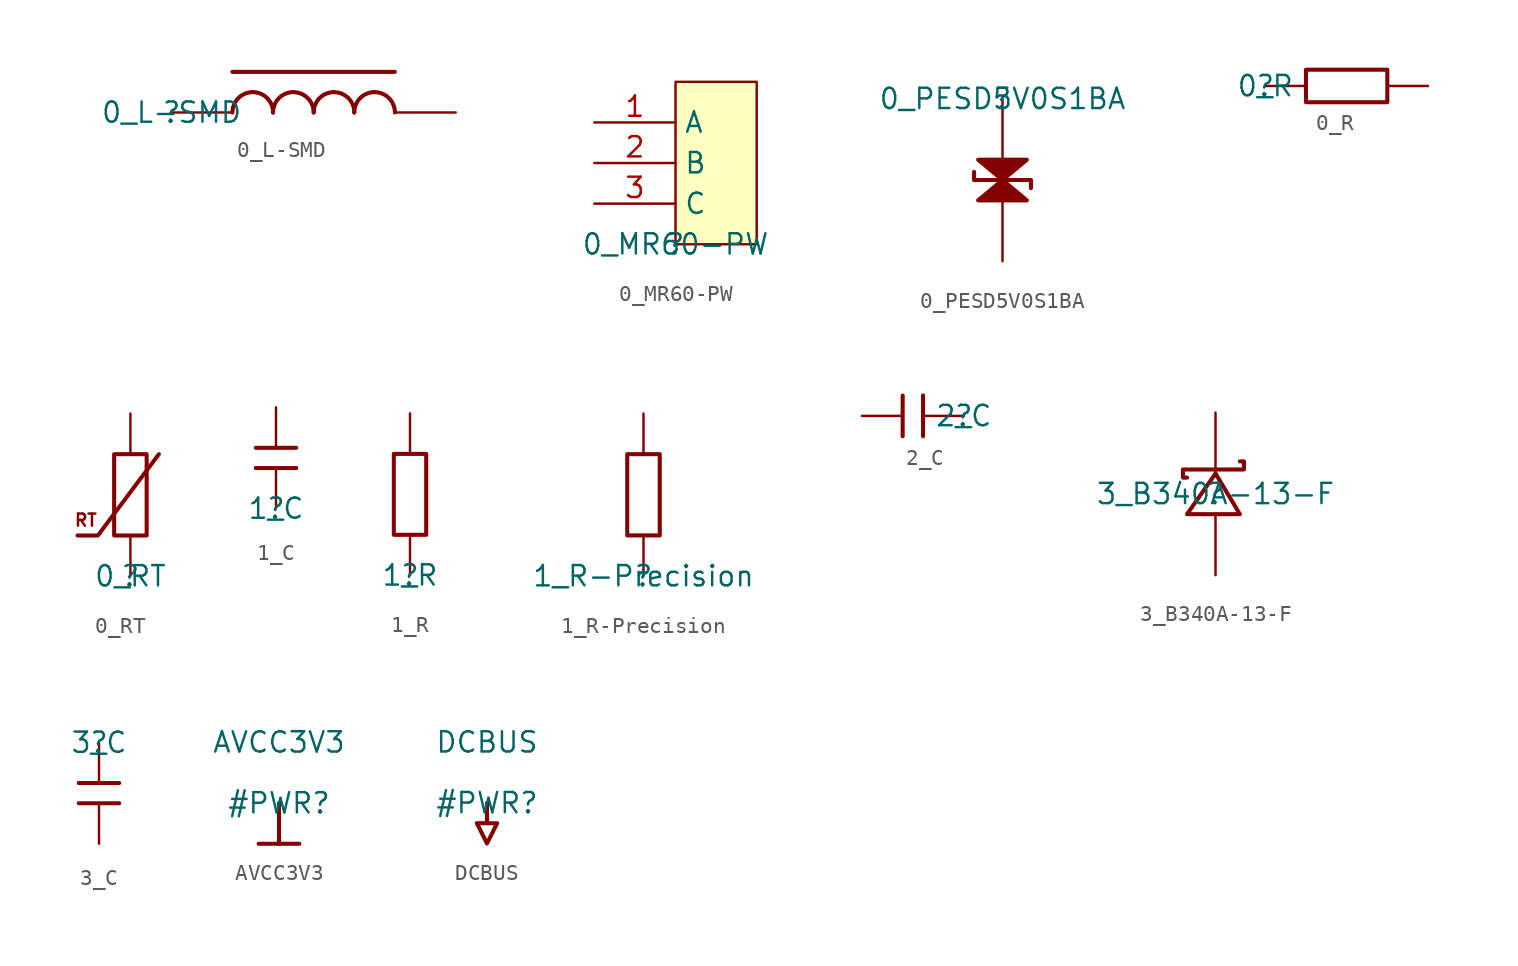
<source format=kicad_sym>
(kicad_symbol_lib
  (version 20211014)
  (generator kicad_symbol_editor)
  (symbol "0_L-SMD"
    (property "Reference" ""
      (at 0 0 0)
      (effects (font (size 1.27 1.27))))
    (property "Value" "0_L-SMD"
      (at 0 0 0)
      (effects (font (size 1.27 1.27))))
    (symbol "0_L-SMD_1_0"
      (polyline (pts (xy 3.81 2.54) (xy 13.97 2.54)) (stroke (width 0.254) (type default) (color 0 0 0 0)) (fill (type none)))
      (arc (start 5.08 1.27) (mid 4.182 0.898) (end 3.81 0) (stroke (width 0.254) (type default) (color 0 0 0 0)) (fill (type none)))
      (arc (start 6.35 0) (mid 5.978 0.898) (end 5.08 1.27) (stroke (width 0.254) (type default) (color 0 0 0 0)) (fill (type none)))
      (arc (start 7.62 1.27) (mid 6.722 0.898) (end 6.35 0) (stroke (width 0.254) (type default) (color 0 0 0 0)) (fill (type none)))
      (arc (start 8.89 0) (mid 8.518 0.898) (end 7.62 1.27) (stroke (width 0.254) (type default) (color 0 0 0 0)) (fill (type none)))
      (arc (start 10.16 1.27) (mid 9.262 0.898) (end 8.89 0) (stroke (width 0.254) (type default) (color 0 0 0 0)) (fill (type none)))
      (arc (start 11.43 0) (mid 11.058 0.898) (end 10.16 1.27) (stroke (width 0.254) (type default) (color 0 0 0 0)) (fill (type none)))
      (arc (start 12.7 1.27) (mid 11.802 0.898) (end 11.43 0) (stroke (width 0.254) (type default) (color 0 0 0 0)) (fill (type none)))
      (arc (start 13.97 0) (mid 13.598 0.898) (end 12.7 1.27) (stroke (width 0.254) (type default) (color 0 0 0 0)) (fill (type none)))
      (pin passive line (at 0 0 0) (length 3.81) (name "1" (effects (font (size 0 0)))) (number "1" (effects (font (size 0 0)))))
      (pin passive line (at 17.78 0 180) (length 3.81) (name "2" (effects (font (size 0 0)))) (number "2" (effects (font (size 0 0)))))))
  (symbol "0_MR60-PW"
    (property "Reference" ""
      (at 0 0 0)
      (effects (font (size 1.27 1.27))))
    (property "Value" "0_MR60-PW"
      (at 0 0 0)
      (effects (font (size 1.27 1.27))))
    (symbol "0_MR60-PW_1_0"
      (rectangle (start 5.08 10.16) (end 0 0) (stroke (width 0) (type default) (color 0 0 0 0)) (fill (type background)))
      (pin passive line (at -5.08 7.62 0) (length 5.08) (name "A" (effects (font (size 1.27 1.27)))) (number "1" (effects (font (size 1.27 1.27)))))
      (pin passive line (at -5.08 5.08 0) (length 5.08) (name "B" (effects (font (size 1.27 1.27)))) (number "2" (effects (font (size 1.27 1.27)))))
      (pin passive line (at -5.08 2.54 0) (length 5.08) (name "C" (effects (font (size 1.27 1.27)))) (number "3" (effects (font (size 1.27 1.27)))))))
  (symbol "0_PESD5V0S1BA"
    (property "Reference" ""
      (at 0 0 0)
      (effects (font (size 1.27 1.27))))
    (property "Value" "0_PESD5V0S1BA"
      (at 0 0 0)
      (effects (font (size 1.27 1.27))))
    (symbol "0_PESD5V0S1BA_1_0"
      (polyline (pts (xy -1.778 -4.572) (xy -1.778 -5.08) (xy 1.778 -5.08) (xy 1.778 -5.588)) (stroke (width 0.254) (type default) (color 0 0 0 0)) (fill (type none)))
      (polyline (pts (xy -1.524 -3.81) (xy 0 -5.08) (xy 1.524 -3.81) (xy -1.524 -3.81)) (stroke (width 0.254) (type default) (color 0 0 0 0)) (fill (type outline)))
      (polyline (pts (xy 1.524 -6.35) (xy 0 -5.08) (xy -1.524 -6.35) (xy 1.524 -6.35)) (stroke (width 0.254) (type default) (color 0 0 0 0)) (fill (type outline)))
      (pin passive line (at 0 0 270) (length 3.81) (name "A" (effects (font (size 0 0)))) (number "1" (effects (font (size 0 0)))))
      (pin passive line (at 0 -10.16 90) (length 3.81) (name "K" (effects (font (size 0 0)))) (number "2" (effects (font (size 0 0)))))))
  (symbol "0_R"
    (property "Reference" ""
      (at 0 0 0)
      (effects (font (size 1.27 1.27))))
    (property "Value" "0_R"
      (at 0 0 0)
      (effects (font (size 1.27 1.27))))
    (symbol "0_R_1_0"
      (polyline (pts (xy 7.62 -1.016) (xy 7.62 1.016) (xy 2.54 1.016) (xy 2.54 -1.016) (xy 7.62 -1.016)) (stroke (width 0.254) (type default) (color 0 0 0 0)) (fill (type none)))
      (pin passive line (at 0 0 0) (length 2.54) (name "1" (effects (font (size 0 0)))) (number "1" (effects (font (size 0 0)))))
      (pin passive line (at 10.16 0 180) (length 2.54) (name "2" (effects (font (size 0 0)))) (number "2" (effects (font (size 0 0)))))))
  (symbol "0_RT"
    (property "Reference" ""
      (at 0 0 0)
      (effects (font (size 1.27 1.27))))
    (property "Value" "0_RT"
      (at 0 0 0)
      (effects (font (size 1.27 1.27))))
    (symbol "0_RT_1_0"
      (polyline (pts (xy -3.302 2.54) (xy -2.032 2.54) (xy 1.778 7.62)) (stroke (width 0.254) (type default) (color 0 0 0 0)) (fill (type none)))
      (polyline (pts (xy 1.016 7.62) (xy -1.016 7.62) (xy -1.016 2.54) (xy 1.016 2.54) (xy 1.016 7.62)) (stroke (width 0.254) (type default) (color 0 0 0 0)) (fill (type none)))
      (text "RT" (at -3.556 3.048 0) (effects (font (size 0.762 0.762)) (justify left bottom)))
      (pin passive line (at 0 0 90) (length 2.54) (name "1" (effects (font (size 0 0)))) (number "1" (effects (font (size 0 0)))))
      (pin passive line (at 0 10.16 270) (length 2.54) (name "2" (effects (font (size 0 0)))) (number "2" (effects (font (size 0 0)))))))
  (symbol "1_C"
    (property "Reference" ""
      (at 0 0 0)
      (effects (font (size 1.27 1.27))))
    (property "Value" "1_C"
      (at 0 0 0)
      (effects (font (size 1.27 1.27))))
    (symbol "1_C_1_0"
      (polyline (pts (xy -1.27 2.54) (xy 1.27 2.54)) (stroke (width 0.254) (type default) (color 0 0 0 0)) (fill (type none)))
      (polyline (pts (xy -1.27 3.81) (xy 1.27 3.81)) (stroke (width 0.254) (type default) (color 0 0 0 0)) (fill (type none)))
      (pin passive line (at 0 0 90) (length 2.54) (name "1" (effects (font (size 0 0)))) (number "1" (effects (font (size 0 0)))))
      (pin passive line (at 0 6.35 270) (length 2.54) (name "2" (effects (font (size 0 0)))) (number "2" (effects (font (size 0 0)))))))
  (symbol "1_R"
    (property "Reference" ""
      (at 0 0 0)
      (effects (font (size 1.27 1.27))))
    (property "Value" "1_R"
      (at 0 0 0)
      (effects (font (size 1.27 1.27))))
    (symbol "1_R_1_0"
      (polyline (pts (xy 1.016 7.62) (xy -1.016 7.62) (xy -1.016 2.54) (xy 1.016 2.54) (xy 1.016 7.62)) (stroke (width 0.254) (type default) (color 0 0 0 0)) (fill (type none)))
      (pin passive line (at 0 0 90) (length 2.54) (name "1" (effects (font (size 0 0)))) (number "1" (effects (font (size 0 0)))))
      (pin passive line (at 0 10.16 270) (length 2.54) (name "2" (effects (font (size 0 0)))) (number "2" (effects (font (size 0 0)))))))
  (symbol "1_R-Precision"
    (property "Reference" ""
      (at 0 0 0)
      (effects (font (size 1.27 1.27))))
    (property "Value" "1_R-Precision"
      (at 0 0 0)
      (effects (font (size 1.27 1.27))))
    (symbol "1_R-Precision_1_0"
      (polyline (pts (xy 1.016 7.62) (xy -1.016 7.62) (xy -1.016 2.54) (xy 1.016 2.54) (xy 1.016 7.62)) (stroke (width 0.254) (type default) (color 0 0 0 0)) (fill (type none)))
      (pin passive line (at 0 0 90) (length 2.54) (name "1" (effects (font (size 0 0)))) (number "1" (effects (font (size 0 0)))))
      (pin passive line (at 0 10.16 270) (length 2.54) (name "2" (effects (font (size 0 0)))) (number "2" (effects (font (size 0 0)))))))
  (symbol "2_C"
    (property "Reference" ""
      (at 0 0 0)
      (effects (font (size 1.27 1.27))))
    (property "Value" "2_C"
      (at 0 0 0)
      (effects (font (size 1.27 1.27))))
    (symbol "2_C_1_0"
      (polyline (pts (xy -3.81 -1.27) (xy -3.81 1.27)) (stroke (width 0.254) (type default) (color 0 0 0 0)) (fill (type none)))
      (polyline (pts (xy -2.54 -1.27) (xy -2.54 1.27)) (stroke (width 0.254) (type default) (color 0 0 0 0)) (fill (type none)))
      (pin passive line (at 0 0 180) (length 2.54) (name "1" (effects (font (size 0 0)))) (number "1" (effects (font (size 0 0)))))
      (pin passive line (at -6.35 0 0) (length 2.54) (name "2" (effects (font (size 0 0)))) (number "2" (effects (font (size 0 0)))))))
  (symbol "3_B340A-13-F"
    (property "Reference" ""
      (at 0 0 0)
      (effects (font (size 1.27 1.27))))
    (property "Value" "3_B340A-13-F"
      (at 0 0 0)
      (effects (font (size 1.27 1.27))))
    (symbol "3_B340A-13-F_1_0"
      (polyline (pts (xy 1.524 -1.27) (xy 0 1.27) (xy 0 1.27) (xy -1.778 -1.27) (xy -1.778 -1.27) (xy 1.524 -1.27)) (stroke (width 0.254) (type default) (color 0 0 0 0)) (fill (type none)))
      (polyline (pts (xy 1.524 2.032) (xy 1.778 2.032) (xy 1.778 2.032) (xy 1.778 1.524) (xy 1.778 1.524) (xy -2.032 1.524) (xy -2.032 1.524) (xy -2.032 1.016) (xy -2.032 1.016) (xy -1.778 1.016)) (stroke (width 0.254) (type default) (color 0 0 0 0)) (fill (type none)))
      (pin passive line (at 0.0001 5.08 270) (length 3.81) (name "K" (effects (font (size 0 0)))) (number "1" (effects (font (size 0 0)))))
      (pin passive line (at 0.0001 -5.08 90) (length 3.81) (name "A" (effects (font (size 0 0)))) (number "2" (effects (font (size 0 0)))))))
  (symbol "3_C"
    (property "Reference" ""
      (at 0 0 0)
      (effects (font (size 1.27 1.27))))
    (property "Value" "3_C"
      (at 0 0 0)
      (effects (font (size 1.27 1.27))))
    (symbol "3_C_1_0"
      (polyline (pts (xy 1.27 -3.81) (xy -1.27 -3.81)) (stroke (width 0.254) (type default) (color 0 0 0 0)) (fill (type none)))
      (polyline (pts (xy 1.27 -2.54) (xy -1.27 -2.54)) (stroke (width 0.254) (type default) (color 0 0 0 0)) (fill (type none)))
      (pin passive line (at 0 0 270) (length 2.54) (name "1" (effects (font (size 0 0)))) (number "1" (effects (font (size 0 0)))))
      (pin passive line (at 0 -6.35 90) (length 2.54) (name "2" (effects (font (size 0 0)))) (number "2" (effects (font (size 0 0)))))))
  (symbol "AVCC3V3"
    (power)
    (property "Reference" "#PWR"
      (at 0 0 0)
      (effects (font (size 1.27 1.27))))
    (property "Value" "AVCC3V3"
      (at 0 3.81 0)
      (effects (font (size 1.27 1.27))))
    (symbol "AVCC3V3_0_0"
      (polyline (pts (xy -1.27 -2.54) (xy 1.27 -2.54)) (stroke (width 0.254) (type default) (color 0 0 0 0)) (fill (type none)))
      (polyline (pts (xy 0 0) (xy 0 -2.54)) (stroke (width 0.254) (type default) (color 0 0 0 0)) (fill (type none)))
      (pin power_in line (at 0 0 0) (length 0) hide (name "AVCC3V3" (effects (font (size 1.27 1.27)))) (number "" (effects (font (size 1.27 1.27)))))))
  (symbol "DCBUS"
    (power)
    (property "Reference" "#PWR"
      (at 0 0 0)
      (effects (font (size 1.27 1.27))))
    (property "Value" "DCBUS"
      (at 0 3.81 0)
      (effects (font (size 1.27 1.27))))
    (symbol "DCBUS_0_0"
      (polyline (pts (xy 0 0) (xy 0 -1.27)) (stroke (width 0.254) (type default) (color 0 0 0 0)) (fill (type none)))
      (polyline (pts (xy -0.635 -1.27) (xy 0.635 -1.27) (xy 0 -2.54) (xy -0.635 -1.27)) (stroke (width 0.254) (type default) (color 0 0 0 0)) (fill (type none)))
      (pin power_in line (at 0 0 0) (length 0) hide (name "DCBUS" (effects (font (size 1.27 1.27)))) (number "" (effects (font (size 1.27 1.27))))))))
</source>
